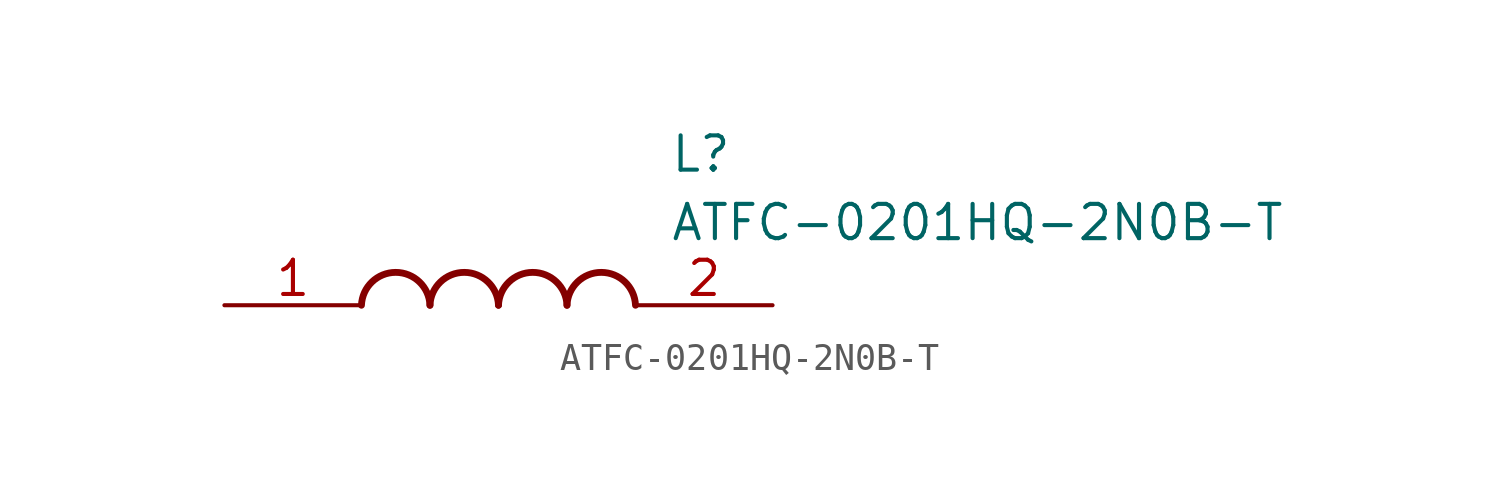
<source format=kicad_sym>
(kicad_symbol_lib
  (version 20211014)
  (generator SamacSys_ECAD_Model)
  (symbol "ATFC-0201HQ-2N0B-T"
    (pin_names hide)
    (property "Reference" "L"
      (at 16.51 6.35 0)
      (effects (font (size 1.27 1.27)) (justify left top)))
    (property "Value" "ATFC-0201HQ-2N0B-T"
      (at 16.51 3.81 0)
      (effects (font (size 1.27 1.27)) (justify left top)))
    (arc
      (start 7.62 0)
      (mid 6.35 1.219)
      (end 5.08 0)
      (stroke (width 0.254) (type default))
      (fill (type none)))
    (arc
      (start 10.16 0)
      (mid 8.89 1.219)
      (end 7.62 0)
      (stroke (width 0.254) (type default))
      (fill (type none)))
    (arc
      (start 12.7 0)
      (mid 11.43 1.219)
      (end 10.16 0)
      (stroke (width 0.254) (type default))
      (fill (type none)))
    (arc
      (start 15.24 0)
      (mid 13.97 1.219)
      (end 12.7 0)
      (stroke (width 0.254) (type default))
      (fill (type none)))
    (pin passive line
      (at 0 0 0)
      (length 5.08)
      (name "1" (effects (font (size 1.27 1.27))))
      (number "1" (effects (font (size 1.27 1.27)))))
    (pin passive line
      (at 20.32 0 180)
      (length 5.08)
      (name "2" (effects (font (size 1.27 1.27))))
      (number "2" (effects (font (size 1.27 1.27)))))))
</source>
